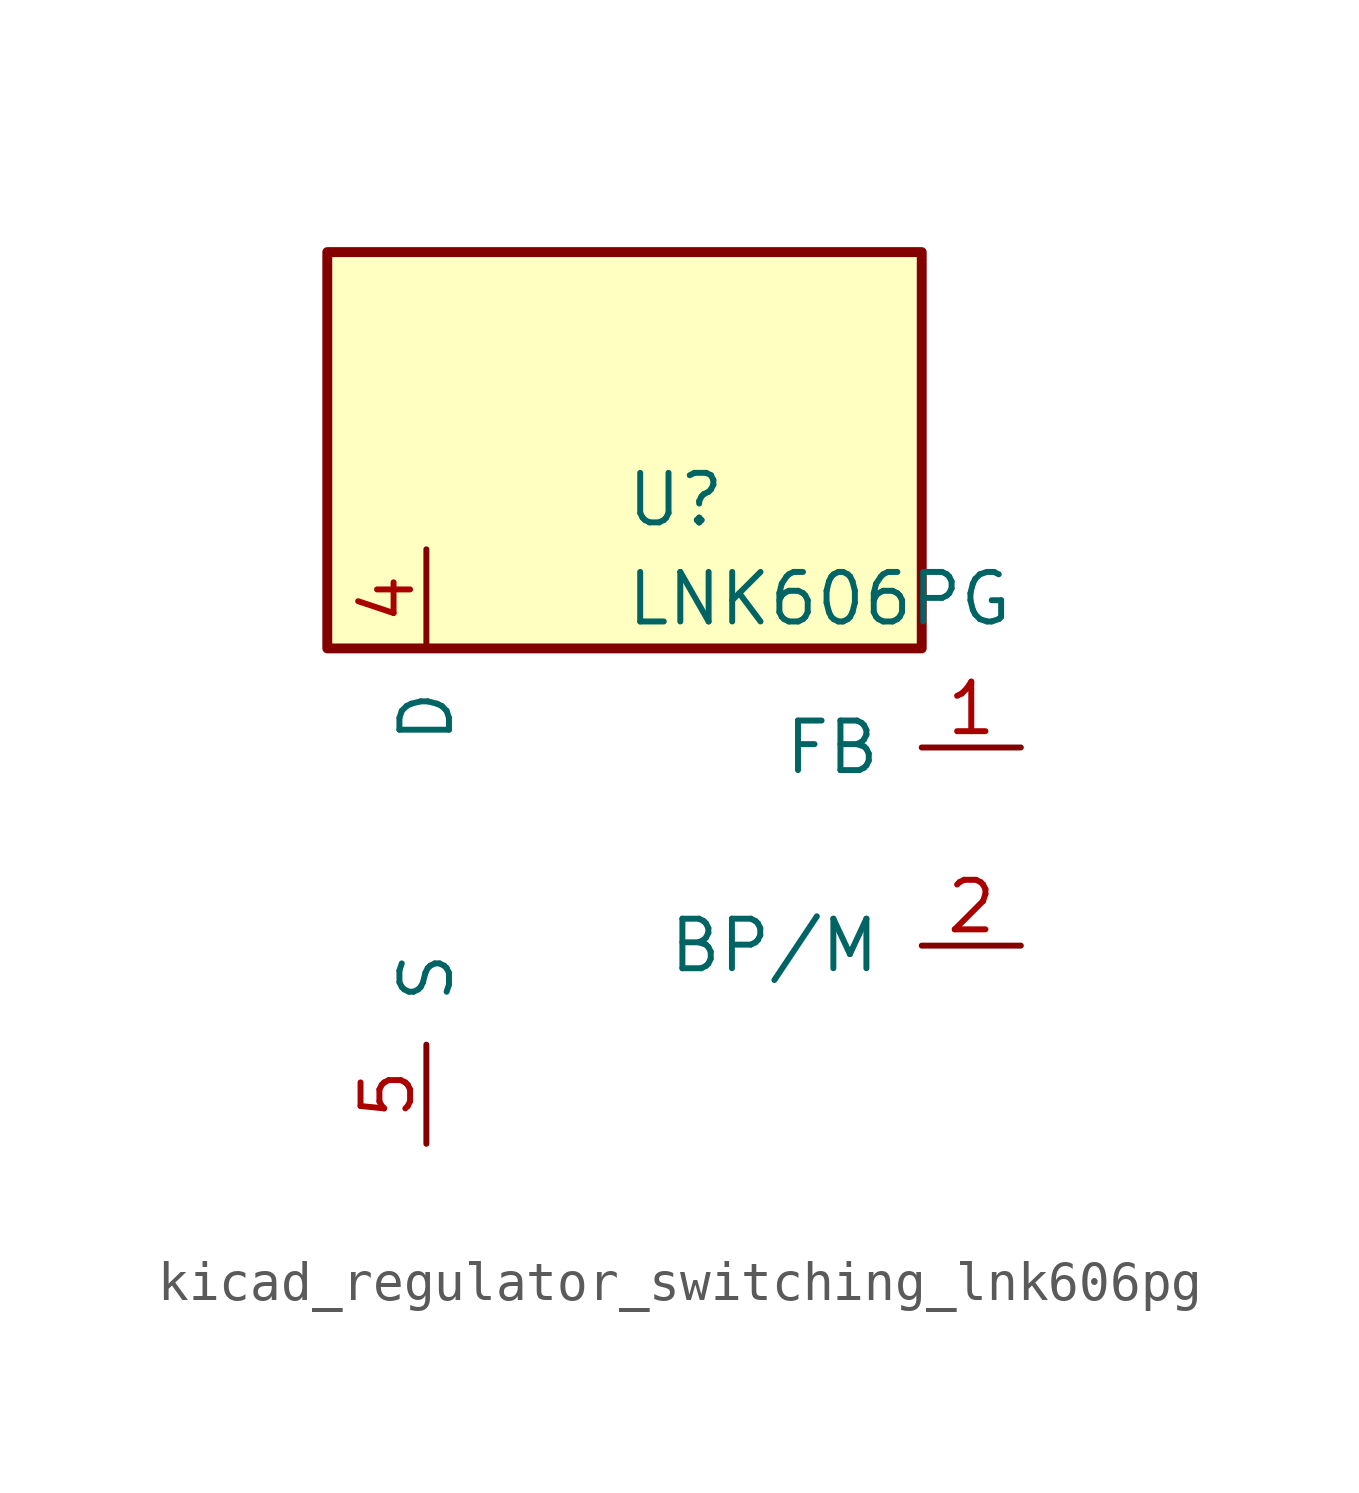
<source format=kicad_sym>
(kicad_symbol_lib
  (version 20220914)
  (generator kicad_symbol_editor)
  (symbol "kicad_regulator_switching_lnk606pg"
    (pin_names
      (offset 1.016))
    (property "Reference" "U"
      (at 0 8.89 0)
      (effects (font (size 1.27 1.27)) (justify left)))
    (property "Value" "LNK606PG"
      (at 0 6.35 0)
      (effects (font (size 1.27 1.27)) (justify left)))
    (symbol "kicad_regulator_switching_lnk606pg_0_1"
      (rectangle (start 7.62 15.24) (end -7.62 5.08) (stroke (width 0.254) (type default)) (fill (type background))))
    (symbol "kicad_regulator_switching_lnk606pg_1_1"
      (pin input line (at 10.16 2.54 180) (length 2.54) (name "FB" (effects (font (size 1.27 1.27)))) (number "1" (effects (font (size 1.27 1.27)))))
      (pin input line (at 10.16 -2.54 180) (length 2.54) (name "BP/M" (effects (font (size 1.27 1.27)))) (number "2" (effects (font (size 1.27 1.27)))))
      (pin open_collector line (at -5.08 7.62 270) (length 2.54) (name "D" (effects (font (size 1.27 1.27)))) (number "4" (effects (font (size 1.27 1.27)))))
      (pin power_in line (at -5.08 -7.62 90) (length 2.54) (name "S" (effects (font (size 1.27 1.27)))) (number "5" (effects (font (size 1.27 1.27)))))
      (pin passive line (at -5.08 -7.62 90) (length 2.54) hide (name "S" (effects (font (size 1.27 1.27)))) (number "6" (effects (font (size 1.27 1.27)))))
      (pin passive line (at -5.08 -7.62 90) (length 2.54) hide (name "S" (effects (font (size 1.27 1.27)))) (number "7" (effects (font (size 1.27 1.27)))))
      (pin passive line (at -5.08 -7.62 90) (length 2.54) hide (name "S" (effects (font (size 1.27 1.27)))) (number "8" (effects (font (size 1.27 1.27))))))))
</source>
